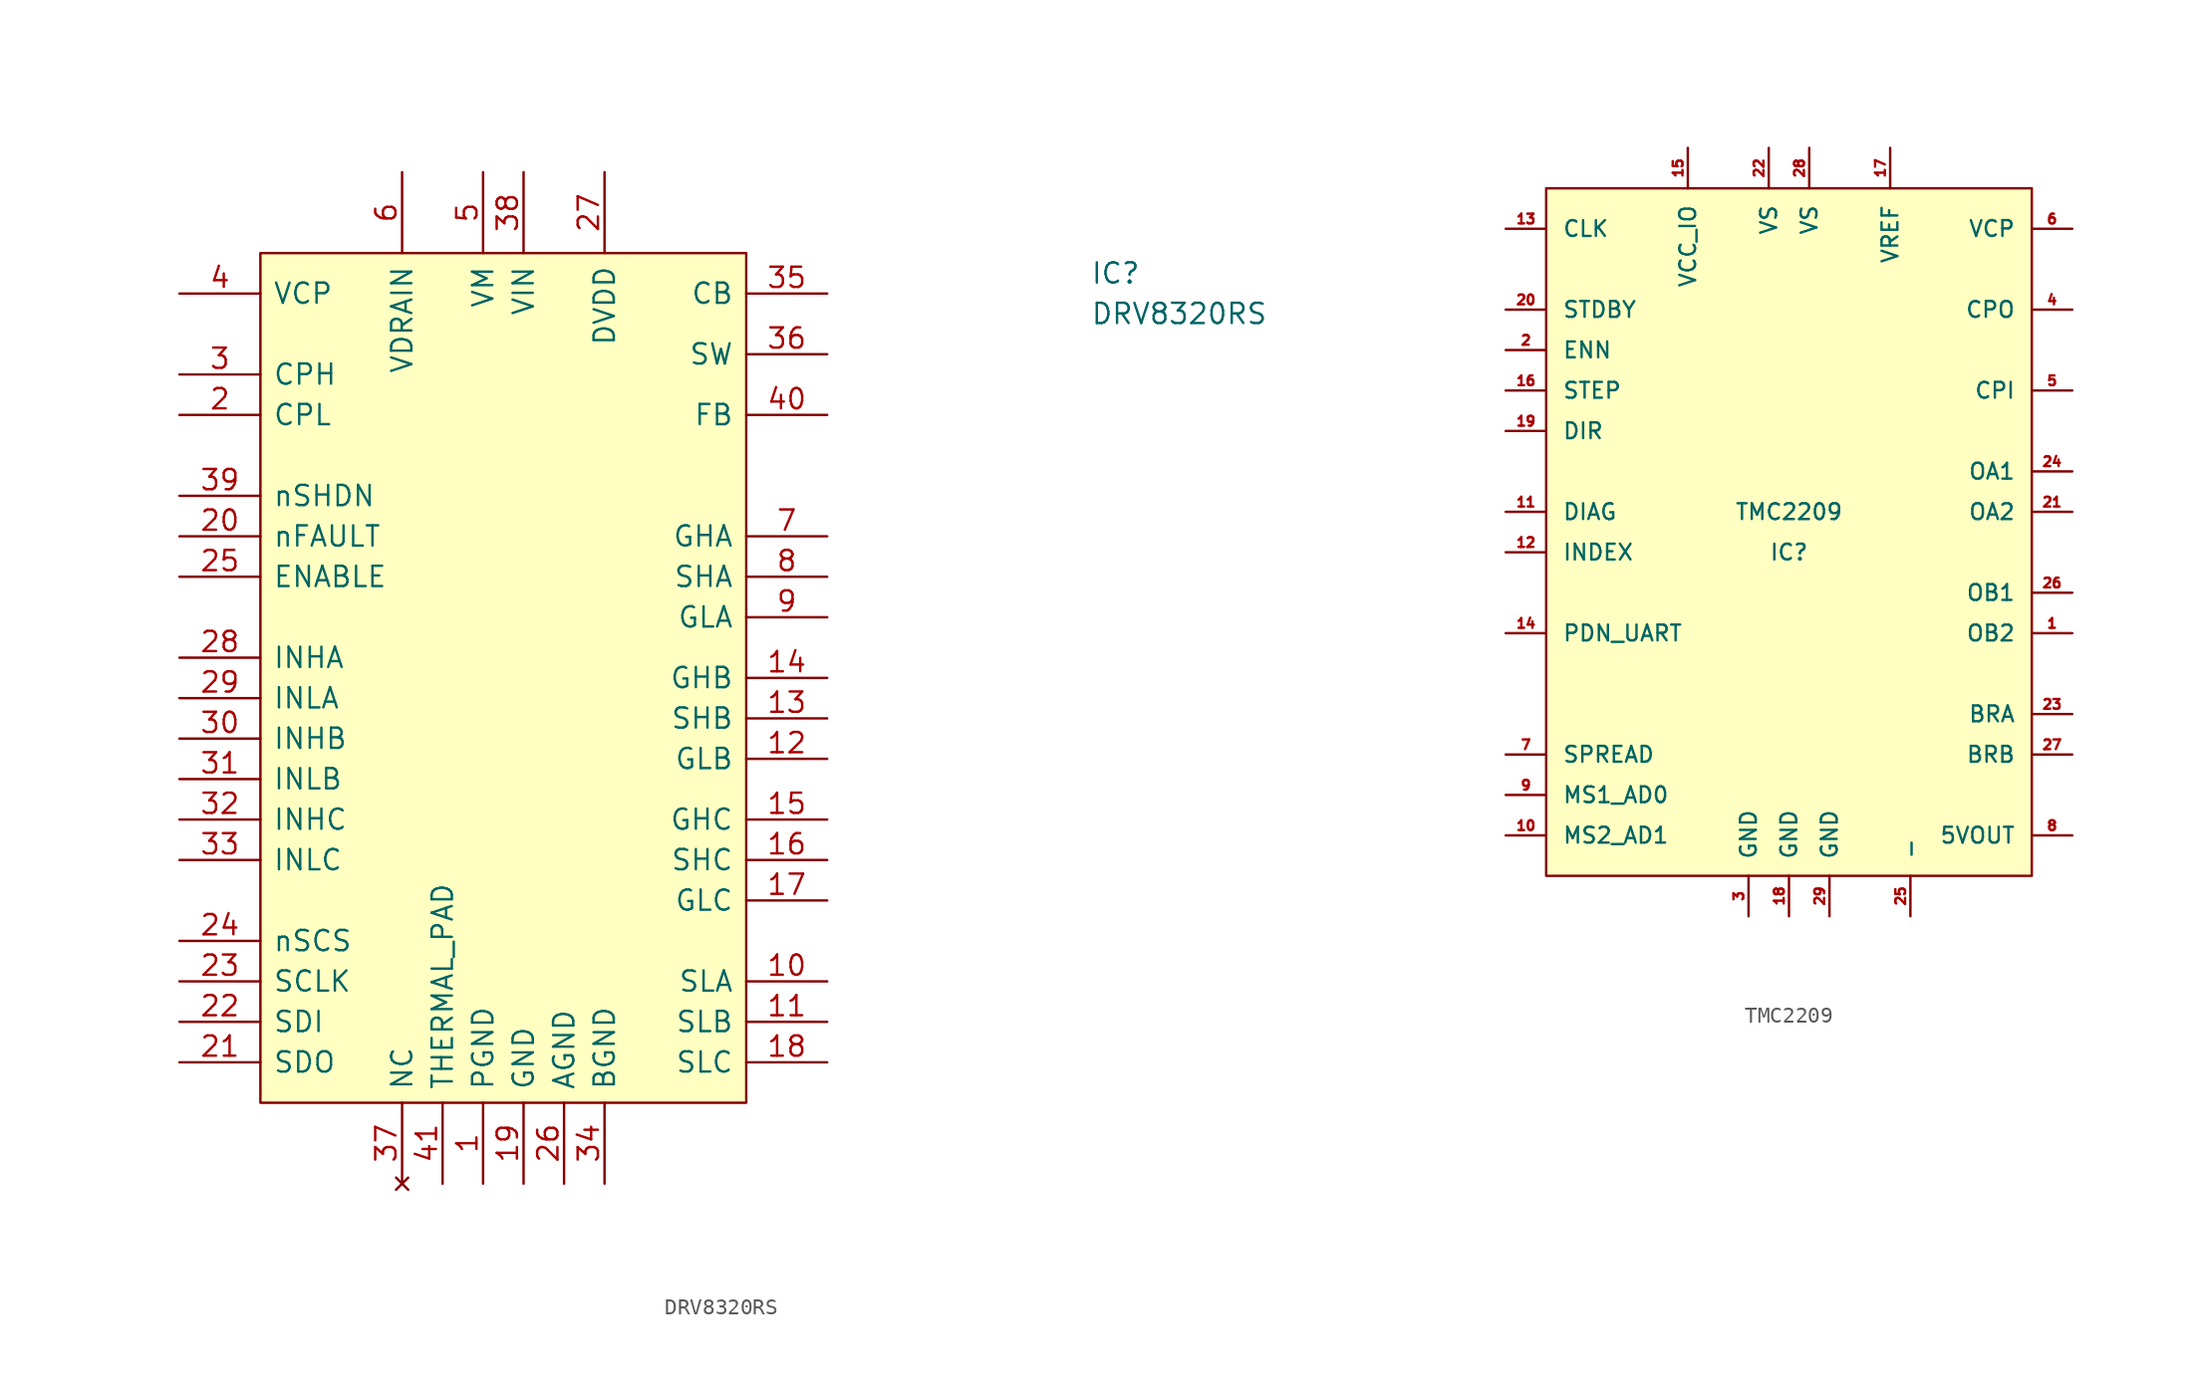
<source format=kicad_sym>
(kicad_symbol_lib
  (version 20211014)
  (generator kicad_symbol_editor)
  (symbol "DRV8320RS"
    (pin_names
      (offset 0.762))
    (property "Reference" "IC"
      (at 36.83 25.4 0)
      (effects (font (size 1.27 1.27)) (justify left)))
    (property "Value" "DRV8320RS"
      (at 36.83 22.86 0)
      (effects (font (size 1.27 1.27)) (justify left)))
    (symbol "DRV8320RS_0_0"
      (pin power_in line (at -1.27 -31.75 90) (length 5.08) (name "PGND" (effects (font (size 1.27 1.27)))) (number "1" (effects (font (size 1.27 1.27)))))
      (pin input line (at 20.32 -19.05 180) (length 5.08) (name "SLA" (effects (font (size 1.27 1.27)))) (number "10" (effects (font (size 1.27 1.27)))))
      (pin input line (at 20.32 -21.59 180) (length 5.08) (name "SLB" (effects (font (size 1.27 1.27)))) (number "11" (effects (font (size 1.27 1.27)))))
      (pin output line (at 20.32 -5.08 180) (length 5.08) (name "GLB" (effects (font (size 1.27 1.27)))) (number "12" (effects (font (size 1.27 1.27)))))
      (pin input line (at 20.32 -2.54 180) (length 5.08) (name "SHB" (effects (font (size 1.27 1.27)))) (number "13" (effects (font (size 1.27 1.27)))))
      (pin output line (at 20.32 0 180) (length 5.08) (name "GHB" (effects (font (size 1.27 1.27)))) (number "14" (effects (font (size 1.27 1.27)))))
      (pin output line (at 20.32 -8.89 180) (length 5.08) (name "GHC" (effects (font (size 1.27 1.27)))) (number "15" (effects (font (size 1.27 1.27)))))
      (pin input line (at 20.32 -11.43 180) (length 5.08) (name "SHC" (effects (font (size 1.27 1.27)))) (number "16" (effects (font (size 1.27 1.27)))))
      (pin output line (at 20.32 -13.97 180) (length 5.08) (name "GLC" (effects (font (size 1.27 1.27)))) (number "17" (effects (font (size 1.27 1.27)))))
      (pin input line (at 20.32 -24.13 180) (length 5.08) (name "SLC" (effects (font (size 1.27 1.27)))) (number "18" (effects (font (size 1.27 1.27)))))
      (pin power_in line (at 1.27 -31.75 90) (length 5.08) (name "GND" (effects (font (size 1.27 1.27)))) (number "19" (effects (font (size 1.27 1.27)))))
      (pin passive line (at -20.32 16.51 0) (length 5.08) (name "CPL" (effects (font (size 1.27 1.27)))) (number "2" (effects (font (size 1.27 1.27)))))
      (pin input line (at -20.32 8.89 0) (length 5.08) (name "nFAULT" (effects (font (size 1.27 1.27)))) (number "20" (effects (font (size 1.27 1.27)))))
      (pin output line (at -20.32 -24.13 0) (length 5.08) (name "SDO" (effects (font (size 1.27 1.27)))) (number "21" (effects (font (size 1.27 1.27)))))
      (pin input line (at -20.32 -21.59 0) (length 5.08) (name "SDI" (effects (font (size 1.27 1.27)))) (number "22" (effects (font (size 1.27 1.27)))))
      (pin input line (at -20.32 -19.05 0) (length 5.08) (name "SCLK" (effects (font (size 1.27 1.27)))) (number "23" (effects (font (size 1.27 1.27)))))
      (pin input line (at -20.32 -16.51 0) (length 5.08) (name "nSCS" (effects (font (size 1.27 1.27)))) (number "24" (effects (font (size 1.27 1.27)))))
      (pin input line (at -20.32 6.35 0) (length 5.08) (name "ENABLE" (effects (font (size 1.27 1.27)))) (number "25" (effects (font (size 1.27 1.27)))))
      (pin power_in line (at 3.81 -31.75 90) (length 5.08) (name "AGND" (effects (font (size 1.27 1.27)))) (number "26" (effects (font (size 1.27 1.27)))))
      (pin power_out line (at 6.35 31.75 270) (length 5.08) (name "DVDD" (effects (font (size 1.27 1.27)))) (number "27" (effects (font (size 1.27 1.27)))))
      (pin input line (at -20.32 1.27 0) (length 5.08) (name "INHA" (effects (font (size 1.27 1.27)))) (number "28" (effects (font (size 1.27 1.27)))))
      (pin input line (at -20.32 -1.27 0) (length 5.08) (name "INLA" (effects (font (size 1.27 1.27)))) (number "29" (effects (font (size 1.27 1.27)))))
      (pin passive line (at -20.32 19.05 0) (length 5.08) (name "CPH" (effects (font (size 1.27 1.27)))) (number "3" (effects (font (size 1.27 1.27)))))
      (pin input line (at -20.32 -3.81 0) (length 5.08) (name "INHB" (effects (font (size 1.27 1.27)))) (number "30" (effects (font (size 1.27 1.27)))))
      (pin input line (at -20.32 -6.35 0) (length 5.08) (name "INLB" (effects (font (size 1.27 1.27)))) (number "31" (effects (font (size 1.27 1.27)))))
      (pin input line (at -20.32 -8.89 0) (length 5.08) (name "INHC" (effects (font (size 1.27 1.27)))) (number "32" (effects (font (size 1.27 1.27)))))
      (pin input line (at -20.32 -11.43 0) (length 5.08) (name "INLC" (effects (font (size 1.27 1.27)))) (number "33" (effects (font (size 1.27 1.27)))))
      (pin power_in line (at 6.35 -31.75 90) (length 5.08) (name "BGND" (effects (font (size 1.27 1.27)))) (number "34" (effects (font (size 1.27 1.27)))))
      (pin passive line (at 20.32 24.13 180) (length 5.08) (name "CB" (effects (font (size 1.27 1.27)))) (number "35" (effects (font (size 1.27 1.27)))))
      (pin power_out line (at 20.32 20.32 180) (length 5.08) (name "SW" (effects (font (size 1.27 1.27)))) (number "36" (effects (font (size 1.27 1.27)))))
      (pin no_connect line (at -6.35 -31.75 90) (length 5.08) (name "NC" (effects (font (size 1.27 1.27)))) (number "37" (effects (font (size 1.27 1.27)))))
      (pin power_in line (at 1.27 31.75 270) (length 5.08) (name "VIN" (effects (font (size 1.27 1.27)))) (number "38" (effects (font (size 1.27 1.27)))))
      (pin input line (at -20.32 11.43 0) (length 5.08) (name "nSHDN" (effects (font (size 1.27 1.27)))) (number "39" (effects (font (size 1.27 1.27)))))
      (pin passive line (at -20.32 24.13 0) (length 5.08) (name "VCP" (effects (font (size 1.27 1.27)))) (number "4" (effects (font (size 1.27 1.27)))))
      (pin input line (at 20.32 16.51 180) (length 5.08) (name "FB" (effects (font (size 1.27 1.27)))) (number "40" (effects (font (size 1.27 1.27)))))
      (pin power_in line (at -3.81 -31.75 90) (length 5.08) (name "THERMAL_PAD" (effects (font (size 1.27 1.27)))) (number "41" (effects (font (size 1.27 1.27)))))
      (pin power_in line (at -1.27 31.75 270) (length 5.08) (name "VM" (effects (font (size 1.27 1.27)))) (number "5" (effects (font (size 1.27 1.27)))))
      (pin input line (at -6.35 31.75 270) (length 5.08) (name "VDRAIN" (effects (font (size 1.27 1.27)))) (number "6" (effects (font (size 1.27 1.27)))))
      (pin output line (at 20.32 8.89 180) (length 5.08) (name "GHA" (effects (font (size 1.27 1.27)))) (number "7" (effects (font (size 1.27 1.27)))))
      (pin input line (at 20.32 6.35 180) (length 5.08) (name "SHA" (effects (font (size 1.27 1.27)))) (number "8" (effects (font (size 1.27 1.27)))))
      (pin output line (at 20.32 3.81 180) (length 5.08) (name "GLA" (effects (font (size 1.27 1.27)))) (number "9" (effects (font (size 1.27 1.27))))))
    (symbol "DRV8320RS_1_1"
      (rectangle (start -15.24 26.67) (end 15.24 -26.67) (stroke (width 0.152) (type default) (color 0 0 0 0)) (fill (type background)))))
  (symbol "TMC2209"
    (pin_names
      (offset 0.991))
    (property "Reference" "IC"
      (at 0 -1.27 0)
      (effects (font (size 0.991 0.991))))
    (property "Value" "TMC2209"
      (at 0 1.27 0)
      (effects (font (size 0.991 0.991))))
    (symbol "TMC2209_0_1"
      (rectangle (start -15.24 21.59) (end 15.24 -21.59) (stroke (width 0) (type default) (color 0 0 0 0)) (fill (type background)))
      (pin power_in line (at 2.54 -24.13 90) (length 2.54) (name "GND" (effects (font (size 0.991 0.991)))) (number "29" (effects (font (size 0.61 0.61))))))
    (symbol "TMC2209_1_1"
      (pin output line (at 17.78 -6.35 180) (length 2.54) (name "OB2" (effects (font (size 0.991 0.991)))) (number "1" (effects (font (size 0.61 0.61)))))
      (pin input line (at -17.78 -19.05 0) (length 2.54) (name "MS2_AD1" (effects (font (size 0.991 0.991)))) (number "10" (effects (font (size 0.61 0.61)))))
      (pin output line (at -17.78 1.27 0) (length 2.54) (name "DIAG" (effects (font (size 0.991 0.991)))) (number "11" (effects (font (size 0.61 0.61)))))
      (pin output line (at -17.78 -1.27 0) (length 2.54) (name "INDEX" (effects (font (size 0.991 0.991)))) (number "12" (effects (font (size 0.61 0.61)))))
      (pin input line (at -17.78 19.05 0) (length 2.54) (name "CLK" (effects (font (size 0.991 0.991)))) (number "13" (effects (font (size 0.61 0.61)))))
      (pin bidirectional line (at -17.78 -6.35 0) (length 2.54) (name "PDN_UART" (effects (font (size 0.991 0.991)))) (number "14" (effects (font (size 0.61 0.61)))))
      (pin power_in line (at -6.35 24.13 270) (length 2.54) (name "VCC_IO" (effects (font (size 0.991 0.991)))) (number "15" (effects (font (size 0.61 0.61)))))
      (pin input line (at -17.78 8.89 0) (length 2.54) (name "STEP" (effects (font (size 0.991 0.991)))) (number "16" (effects (font (size 0.61 0.61)))))
      (pin input line (at 6.35 24.13 270) (length 2.54) (name "VREF" (effects (font (size 0.991 0.991)))) (number "17" (effects (font (size 0.61 0.61)))))
      (pin power_in line (at 0 -24.13 90) (length 2.54) (name "GND" (effects (font (size 0.991 0.991)))) (number "18" (effects (font (size 0.61 0.61)))))
      (pin input line (at -17.78 6.35 0) (length 2.54) (name "DIR" (effects (font (size 0.991 0.991)))) (number "19" (effects (font (size 0.61 0.61)))))
      (pin input line (at -17.78 11.43 0) (length 2.54) (name "ENN" (effects (font (size 0.991 0.991)))) (number "2" (effects (font (size 0.61 0.61)))))
      (pin input line (at -17.78 13.97 0) (length 2.54) (name "STDBY" (effects (font (size 0.991 0.991)))) (number "20" (effects (font (size 0.61 0.61)))))
      (pin output line (at 17.78 1.27 180) (length 2.54) (name "OA2" (effects (font (size 0.991 0.991)))) (number "21" (effects (font (size 0.61 0.61)))))
      (pin power_in line (at -1.27 24.13 270) (length 2.54) (name "VS" (effects (font (size 0.991 0.991)))) (number "22" (effects (font (size 0.61 0.61)))))
      (pin passive line (at 17.78 -11.43 180) (length 2.54) (name "BRA" (effects (font (size 0.991 0.991)))) (number "23" (effects (font (size 0.61 0.61)))))
      (pin output line (at 17.78 3.81 180) (length 2.54) (name "OA1" (effects (font (size 0.991 0.991)))) (number "24" (effects (font (size 0.61 0.61)))))
      (pin passive line (at 7.62 -24.13 90) (length 2.54) (name "-" (effects (font (size 0.991 0.991)))) (number "25" (effects (font (size 0.61 0.61)))))
      (pin output line (at 17.78 -3.81 180) (length 2.54) (name "OB1" (effects (font (size 0.991 0.991)))) (number "26" (effects (font (size 0.61 0.61)))))
      (pin passive line (at 17.78 -13.97 180) (length 2.54) (name "BRB" (effects (font (size 0.991 0.991)))) (number "27" (effects (font (size 0.61 0.61)))))
      (pin power_in line (at 1.27 24.13 270) (length 2.54) (name "VS" (effects (font (size 0.991 0.991)))) (number "28" (effects (font (size 0.61 0.61)))))
      (pin power_in line (at -2.54 -24.13 90) (length 2.54) (name "GND" (effects (font (size 0.991 0.991)))) (number "3" (effects (font (size 0.61 0.61)))))
      (pin passive line (at 17.78 13.97 180) (length 2.54) (name "CPO" (effects (font (size 0.991 0.991)))) (number "4" (effects (font (size 0.61 0.61)))))
      (pin passive line (at 17.78 8.89 180) (length 2.54) (name "CPI" (effects (font (size 0.991 0.991)))) (number "5" (effects (font (size 0.61 0.61)))))
      (pin passive line (at 17.78 19.05 180) (length 2.54) (name "VCP" (effects (font (size 0.991 0.991)))) (number "6" (effects (font (size 0.61 0.61)))))
      (pin input line (at -17.78 -13.97 0) (length 2.54) (name "SPREAD" (effects (font (size 0.991 0.991)))) (number "7" (effects (font (size 0.61 0.61)))))
      (pin power_out line (at 17.78 -19.05 180) (length 2.54) (name "5VOUT" (effects (font (size 0.991 0.991)))) (number "8" (effects (font (size 0.61 0.61)))))
      (pin input line (at -17.78 -16.51 0) (length 2.54) (name "MS1_AD0" (effects (font (size 0.991 0.991)))) (number "9" (effects (font (size 0.61 0.61))))))))
</source>
